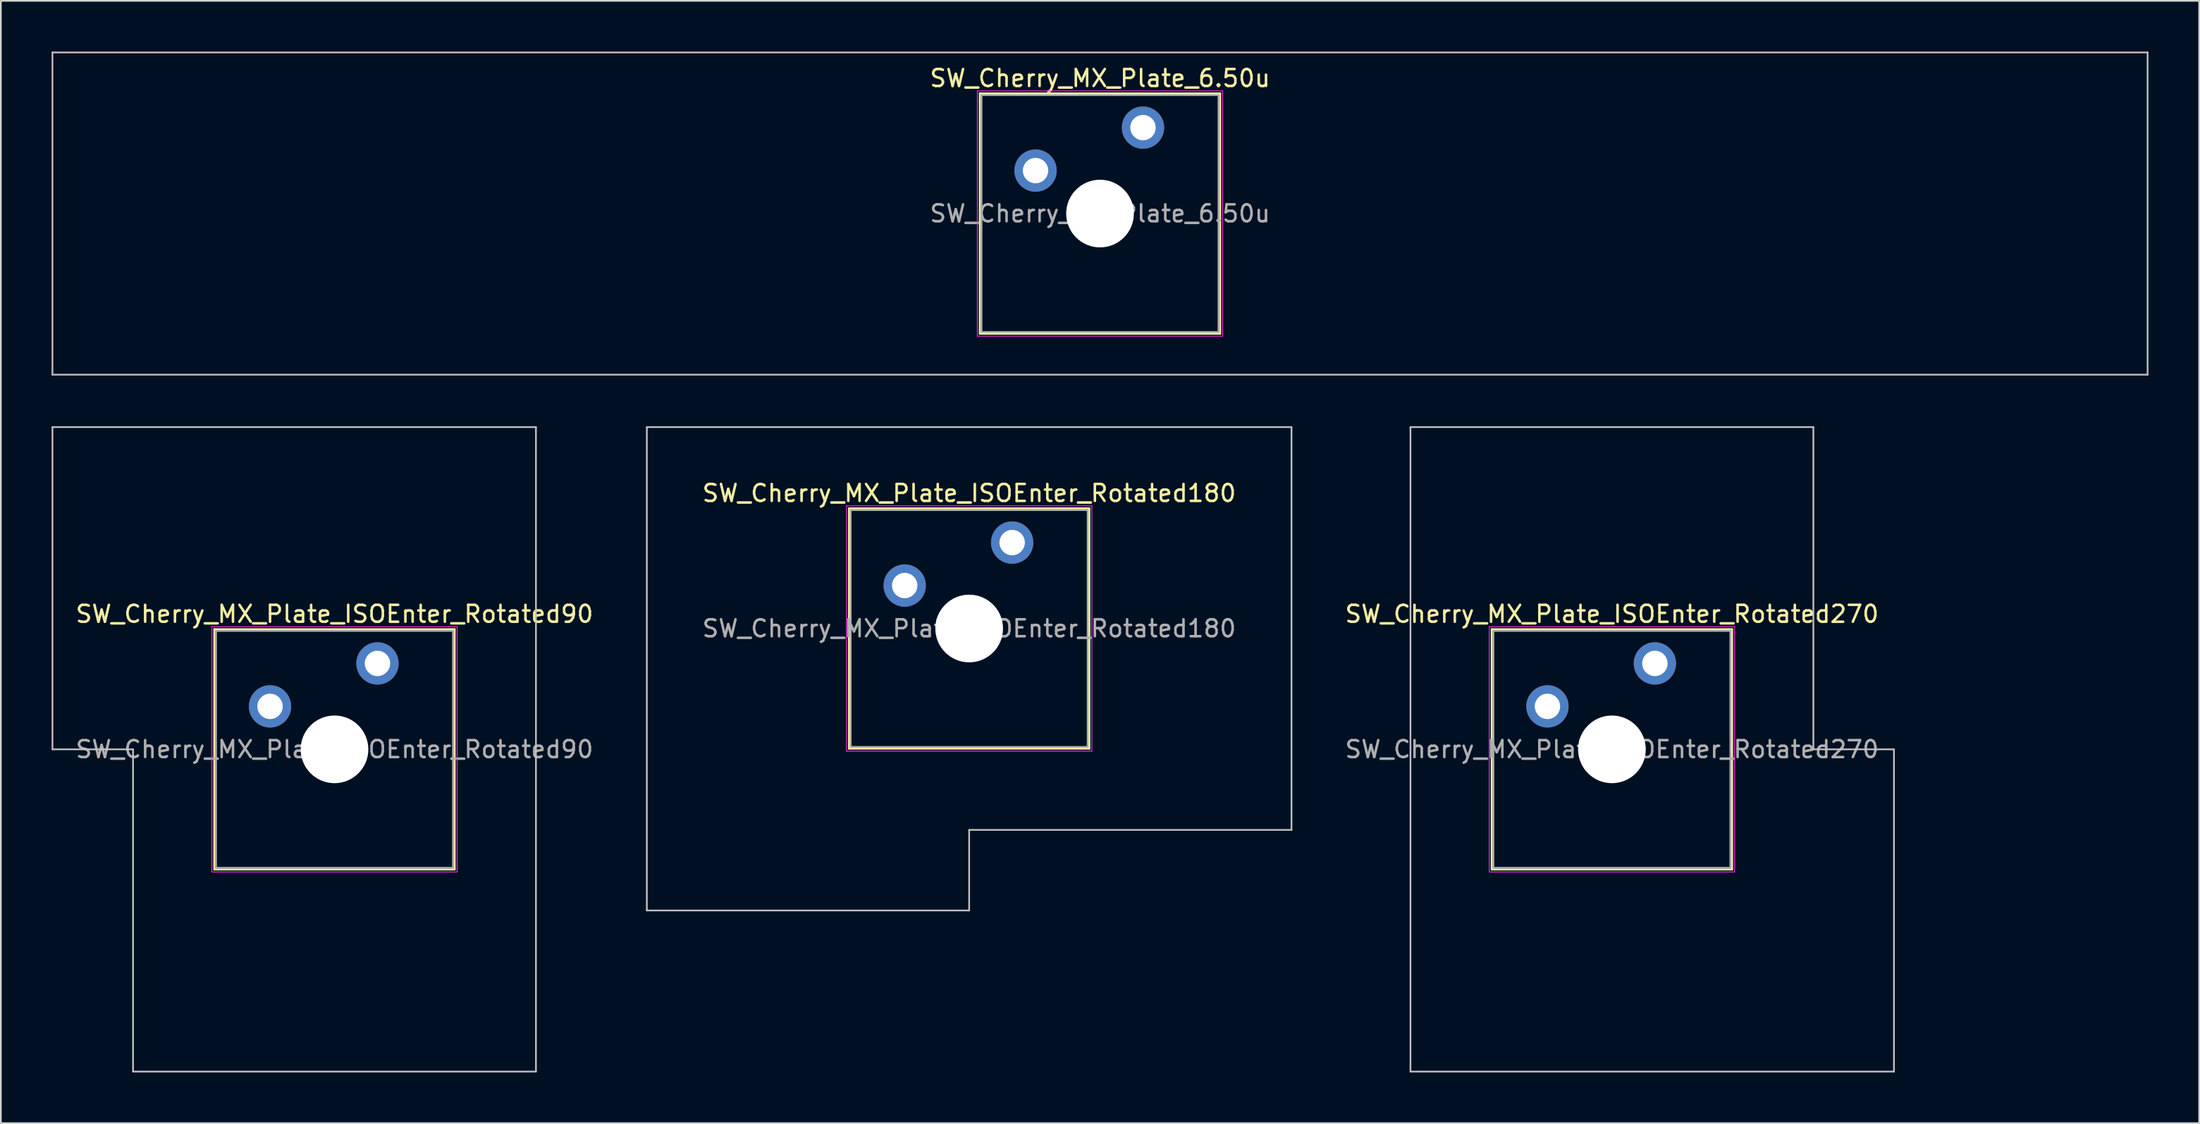
<source format=kicad_pcb>
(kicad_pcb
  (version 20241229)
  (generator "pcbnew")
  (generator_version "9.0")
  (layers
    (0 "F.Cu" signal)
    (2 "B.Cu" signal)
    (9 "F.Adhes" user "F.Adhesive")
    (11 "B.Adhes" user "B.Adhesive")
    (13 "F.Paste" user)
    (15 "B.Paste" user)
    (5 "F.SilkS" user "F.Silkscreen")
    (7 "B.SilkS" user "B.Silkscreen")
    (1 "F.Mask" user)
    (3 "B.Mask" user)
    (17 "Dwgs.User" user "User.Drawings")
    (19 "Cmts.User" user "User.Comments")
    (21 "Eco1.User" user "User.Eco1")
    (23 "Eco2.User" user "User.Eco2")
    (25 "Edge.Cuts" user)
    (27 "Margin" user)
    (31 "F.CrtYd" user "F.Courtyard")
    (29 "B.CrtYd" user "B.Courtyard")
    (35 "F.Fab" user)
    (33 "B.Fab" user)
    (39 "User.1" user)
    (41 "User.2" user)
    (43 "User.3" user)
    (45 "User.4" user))
  (footprint "SW_Cherry_MX_Plate_ISOEnter_Rotated180"
    (layer "F.Cu")
    (at 54.229 34.106)
    (property "Reference" "SW_Cherry_MX_Plate_ISOEnter_Rotated180" (at 0 -8 0) (layer "F.SilkS") (effects (font (size 1 1) (thickness 0.15))))
    (attr through_hole)
    (fp_line (start -7.1 -7.1) (end -7.1 7.1) (stroke (width 0.12) (type solid)) (layer "F.SilkS"))
    (fp_line (start -7.1 7.1) (end 7.1 7.1) (stroke (width 0.12) (type solid)) (layer "F.SilkS"))
    (fp_line (start 7.1 -7.1) (end -7.1 -7.1) (stroke (width 0.12) (type solid)) (layer "F.SilkS"))
    (fp_line (start 7.1 7.1) (end 7.1 -7.1) (stroke (width 0.12) (type solid)) (layer "F.SilkS"))
    (fp_line (start -19.05 -11.906) (end -19.05 16.669) (stroke (width 0.1) (type solid)) (layer "Dwgs.User"))
    (fp_line (start -19.05 16.669) (end 0 16.669) (stroke (width 0.1) (type solid)) (layer "Dwgs.User"))
    (fp_line (start 0 11.906) (end 19.05 11.906) (stroke (width 0.1) (type solid)) (layer "Dwgs.User"))
    (fp_line (start 0 16.669) (end 0 11.906) (stroke (width 0.1) (type solid)) (layer "Dwgs.User"))
    (fp_line (start 19.05 -11.906) (end -19.05 -11.906) (stroke (width 0.1) (type solid)) (layer "Dwgs.User"))
    (fp_line (start 19.05 11.906) (end 19.05 -11.906) (stroke (width 0.1) (type solid)) (layer "Dwgs.User"))
    (fp_line (start -7.25 -7.25) (end -7.25 7.25) (stroke (width 0.05) (type solid)) (layer "F.CrtYd"))
    (fp_line (start -7.25 7.25) (end 7.25 7.25) (stroke (width 0.05) (type solid)) (layer "F.CrtYd"))
    (fp_line (start 7.25 -7.25) (end -7.25 -7.25) (stroke (width 0.05) (type solid)) (layer "F.CrtYd"))
    (fp_line (start 7.25 7.25) (end 7.25 -7.25) (stroke (width 0.05) (type solid)) (layer "F.CrtYd"))
    (fp_line (start -7 -7) (end -7 7) (stroke (width 0.1) (type solid)) (layer "F.Fab"))
    (fp_line (start -7 7) (end 7 7) (stroke (width 0.1) (type solid)) (layer "F.Fab"))
    (fp_line (start 7 -7) (end -7 -7) (stroke (width 0.1) (type solid)) (layer "F.Fab"))
    (fp_line (start 7 7) (end 7 -7) (stroke (width 0.1) (type solid)) (layer "F.Fab"))
    (fp_text user "${REFERENCE}" (at 0 0 0) (layer "F.Fab") (effects (font (size 1 1) (thickness 0.15))))
    (pad "" np_thru_hole circle (at 0 0) (size 4 4) (drill 4) (layers "*.Cu" "*.Mask"))
    (pad "1" thru_hole circle (at -3.81 -2.54) (size 2.5 2.5) (drill 1.5) (layers "*.Cu" "B.Mask"))
    (pad "2" thru_hole circle (at 2.54 -5.08) (size 2.5 2.5) (drill 1.5) (layers "*.Cu" "B.Mask")))
  (footprint "SW_Cherry_MX_Plate_ISOEnter_Rotated270"
    (layer "F.Cu")
    (at 92.216 41.25)
    (property "Reference" "SW_Cherry_MX_Plate_ISOEnter_Rotated270" (at 0 -8 0) (layer "F.SilkS") (effects (font (size 1 1) (thickness 0.15))))
    (attr through_hole)
    (fp_line (start -7.1 -7.1) (end -7.1 7.1) (stroke (width 0.12) (type solid)) (layer "F.SilkS"))
    (fp_line (start -7.1 7.1) (end 7.1 7.1) (stroke (width 0.12) (type solid)) (layer "F.SilkS"))
    (fp_line (start 7.1 -7.1) (end -7.1 -7.1) (stroke (width 0.12) (type solid)) (layer "F.SilkS"))
    (fp_line (start 7.1 7.1) (end 7.1 -7.1) (stroke (width 0.12) (type solid)) (layer "F.SilkS"))
    (fp_line (start -11.906 -19.05) (end -11.906 19.05) (stroke (width 0.1) (type solid)) (layer "Dwgs.User"))
    (fp_line (start -11.906 19.05) (end 16.669 19.05) (stroke (width 0.1) (type solid)) (layer "Dwgs.User"))
    (fp_line (start 11.906 -19.05) (end -11.906 -19.05) (stroke (width 0.1) (type solid)) (layer "Dwgs.User"))
    (fp_line (start 11.906 0) (end 11.906 -19.05) (stroke (width 0.1) (type solid)) (layer "Dwgs.User"))
    (fp_line (start 16.669 0) (end 11.906 0) (stroke (width 0.1) (type solid)) (layer "Dwgs.User"))
    (fp_line (start 16.669 19.05) (end 16.669 0) (stroke (width 0.1) (type solid)) (layer "Dwgs.User"))
    (fp_line (start -7.25 -7.25) (end -7.25 7.25) (stroke (width 0.05) (type solid)) (layer "F.CrtYd"))
    (fp_line (start -7.25 7.25) (end 7.25 7.25) (stroke (width 0.05) (type solid)) (layer "F.CrtYd"))
    (fp_line (start 7.25 -7.25) (end -7.25 -7.25) (stroke (width 0.05) (type solid)) (layer "F.CrtYd"))
    (fp_line (start 7.25 7.25) (end 7.25 -7.25) (stroke (width 0.05) (type solid)) (layer "F.CrtYd"))
    (fp_line (start -7 -7) (end -7 7) (stroke (width 0.1) (type solid)) (layer "F.Fab"))
    (fp_line (start -7 7) (end 7 7) (stroke (width 0.1) (type solid)) (layer "F.Fab"))
    (fp_line (start 7 -7) (end -7 -7) (stroke (width 0.1) (type solid)) (layer "F.Fab"))
    (fp_line (start 7 7) (end 7 -7) (stroke (width 0.1) (type solid)) (layer "F.Fab"))
    (fp_text user "${REFERENCE}" (at 0 0 0) (layer "F.Fab") (effects (font (size 1 1) (thickness 0.15))))
    (pad "" np_thru_hole circle (at 0 0) (size 4 4) (drill 4) (layers "*.Cu" "*.Mask"))
    (pad "1" thru_hole circle (at -3.81 -2.54) (size 2.5 2.5) (drill 1.5) (layers "*.Cu" "B.Mask"))
    (pad "2" thru_hole circle (at 2.54 -5.08) (size 2.5 2.5) (drill 1.5) (layers "*.Cu" "B.Mask")))
  (footprint "SW_Cherry_MX_Plate_6.50u"
    (layer "F.Cu")
    (at 61.962 9.575)
    (property "Reference" "SW_Cherry_MX_Plate_6.50u" (at 0 -8 0) (layer "F.SilkS") (effects (font (size 1 1) (thickness 0.15))))
    (attr through_hole)
    (fp_line (start -7.1 -7.1) (end -7.1 7.1) (stroke (width 0.12) (type solid)) (layer "F.SilkS"))
    (fp_line (start -7.1 7.1) (end 7.1 7.1) (stroke (width 0.12) (type solid)) (layer "F.SilkS"))
    (fp_line (start 7.1 -7.1) (end -7.1 -7.1) (stroke (width 0.12) (type solid)) (layer "F.SilkS"))
    (fp_line (start 7.1 7.1) (end 7.1 -7.1) (stroke (width 0.12) (type solid)) (layer "F.SilkS"))
    (fp_line (start -61.913 -9.525) (end -61.913 9.525) (stroke (width 0.1) (type solid)) (layer "Dwgs.User"))
    (fp_line (start -61.913 9.525) (end 61.913 9.525) (stroke (width 0.1) (type solid)) (layer "Dwgs.User"))
    (fp_line (start 61.913 -9.525) (end -61.913 -9.525) (stroke (width 0.1) (type solid)) (layer "Dwgs.User"))
    (fp_line (start 61.913 9.525) (end 61.913 -9.525) (stroke (width 0.1) (type solid)) (layer "Dwgs.User"))
    (fp_line (start -7.25 -7.25) (end -7.25 7.25) (stroke (width 0.05) (type solid)) (layer "F.CrtYd"))
    (fp_line (start -7.25 7.25) (end 7.25 7.25) (stroke (width 0.05) (type solid)) (layer "F.CrtYd"))
    (fp_line (start 7.25 -7.25) (end -7.25 -7.25) (stroke (width 0.05) (type solid)) (layer "F.CrtYd"))
    (fp_line (start 7.25 7.25) (end 7.25 -7.25) (stroke (width 0.05) (type solid)) (layer "F.CrtYd"))
    (fp_line (start -7 -7) (end -7 7) (stroke (width 0.1) (type solid)) (layer "F.Fab"))
    (fp_line (start -7 7) (end 7 7) (stroke (width 0.1) (type solid)) (layer "F.Fab"))
    (fp_line (start 7 -7) (end -7 -7) (stroke (width 0.1) (type solid)) (layer "F.Fab"))
    (fp_line (start 7 7) (end 7 -7) (stroke (width 0.1) (type solid)) (layer "F.Fab"))
    (fp_text user "${REFERENCE}" (at 0 0 0) (layer "F.Fab") (effects (font (size 1 1) (thickness 0.15))))
    (pad "" np_thru_hole circle (at 0 0) (size 4 4) (drill 4) (layers "*.Cu" "*.Mask"))
    (pad "1" thru_hole circle (at -3.81 -2.54) (size 2.5 2.5) (drill 1.5) (layers "*.Cu" "B.Mask"))
    (pad "2" thru_hole circle (at 2.54 -5.08) (size 2.5 2.5) (drill 1.5) (layers "*.Cu" "B.Mask")))
  (footprint "SW_Cherry_MX_Plate_ISOEnter_Rotated90"
    (layer "F.Cu")
    (at 16.719 41.25)
    (property "Reference" "SW_Cherry_MX_Plate_ISOEnter_Rotated90" (at 0 -8 0) (layer "F.SilkS") (effects (font (size 1 1) (thickness 0.15))))
    (attr through_hole)
    (fp_line (start -7.1 -7.1) (end -7.1 7.1) (stroke (width 0.12) (type solid)) (layer "F.SilkS"))
    (fp_line (start -7.1 7.1) (end 7.1 7.1) (stroke (width 0.12) (type solid)) (layer "F.SilkS"))
    (fp_line (start 7.1 -7.1) (end -7.1 -7.1) (stroke (width 0.12) (type solid)) (layer "F.SilkS"))
    (fp_line (start 7.1 7.1) (end 7.1 -7.1) (stroke (width 0.12) (type solid)) (layer "F.SilkS"))
    (fp_line (start -16.669 -19.05) (end -16.669 0) (stroke (width 0.1) (type solid)) (layer "Dwgs.User"))
    (fp_line (start -16.669 0) (end -11.906 0) (stroke (width 0.1) (type solid)) (layer "Dwgs.User"))
    (fp_line (start -11.906 0) (end -11.906 19.05) (stroke (width 0.1) (type solid)) (layer "Dwgs.User"))
    (fp_line (start -11.906 19.05) (end 11.906 19.05) (stroke (width 0.1) (type solid)) (layer "Dwgs.User"))
    (fp_line (start 11.906 -19.05) (end -16.669 -19.05) (stroke (width 0.1) (type solid)) (layer "Dwgs.User"))
    (fp_line (start 11.906 19.05) (end 11.906 -19.05) (stroke (width 0.1) (type solid)) (layer "Dwgs.User"))
    (fp_line (start -7.25 -7.25) (end -7.25 7.25) (stroke (width 0.05) (type solid)) (layer "F.CrtYd"))
    (fp_line (start -7.25 7.25) (end 7.25 7.25) (stroke (width 0.05) (type solid)) (layer "F.CrtYd"))
    (fp_line (start 7.25 -7.25) (end -7.25 -7.25) (stroke (width 0.05) (type solid)) (layer "F.CrtYd"))
    (fp_line (start 7.25 7.25) (end 7.25 -7.25) (stroke (width 0.05) (type solid)) (layer "F.CrtYd"))
    (fp_line (start -7 -7) (end -7 7) (stroke (width 0.1) (type solid)) (layer "F.Fab"))
    (fp_line (start -7 7) (end 7 7) (stroke (width 0.1) (type solid)) (layer "F.Fab"))
    (fp_line (start 7 -7) (end -7 -7) (stroke (width 0.1) (type solid)) (layer "F.Fab"))
    (fp_line (start 7 7) (end 7 -7) (stroke (width 0.1) (type solid)) (layer "F.Fab"))
    (fp_text user "${REFERENCE}" (at 0 0 0) (layer "F.Fab") (effects (font (size 1 1) (thickness 0.15))))
    (pad "" np_thru_hole circle (at 0 0) (size 4 4) (drill 4) (layers "*.Cu" "*.Mask"))
    (pad "1" thru_hole circle (at -3.81 -2.54) (size 2.5 2.5) (drill 1.5) (layers "*.Cu" "B.Mask"))
    (pad "2" thru_hole circle (at 2.54 -5.08) (size 2.5 2.5) (drill 1.5) (layers "*.Cu" "B.Mask")))
  (gr_rect
    (start -3 -3)
    (end 126.925 63.35)
    (stroke (width 0.1) (type default))
    (fill no)
    (layer "Edge.Cuts")))
</source>
